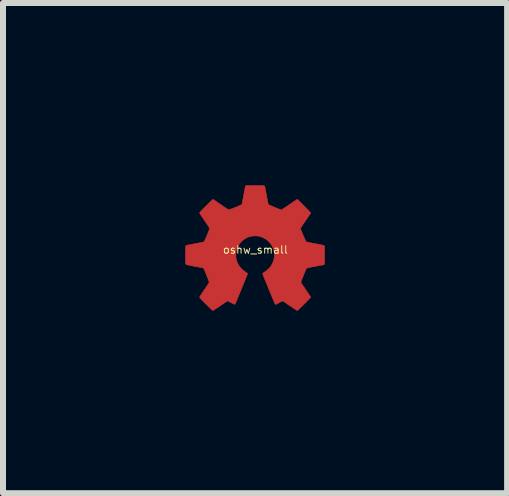
<source format=kicad_pcb>
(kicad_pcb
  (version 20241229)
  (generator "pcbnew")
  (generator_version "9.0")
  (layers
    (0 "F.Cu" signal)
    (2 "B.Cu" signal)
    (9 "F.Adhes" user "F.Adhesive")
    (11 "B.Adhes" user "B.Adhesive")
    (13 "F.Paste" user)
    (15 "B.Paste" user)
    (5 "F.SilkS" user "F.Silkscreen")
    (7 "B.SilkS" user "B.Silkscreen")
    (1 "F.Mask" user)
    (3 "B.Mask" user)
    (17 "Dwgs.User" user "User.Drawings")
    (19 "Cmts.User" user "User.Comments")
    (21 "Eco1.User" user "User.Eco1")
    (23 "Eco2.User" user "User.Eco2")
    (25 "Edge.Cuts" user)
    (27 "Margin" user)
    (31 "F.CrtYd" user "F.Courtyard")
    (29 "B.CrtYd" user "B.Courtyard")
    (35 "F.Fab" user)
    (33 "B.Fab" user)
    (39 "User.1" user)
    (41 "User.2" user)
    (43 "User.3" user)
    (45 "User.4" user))
  (footprint "oshw_small"
    (layer "F.Cu")
    (at 1.207 1.113)
    (property "Reference" "oshw_small" (at 0 0 0) (layer "F.SilkS") (effects (font (size 0.127 0.127) (thickness 0.000001))))
    (attr through_hole)
    (fp_poly (pts (xy 0.034 -1.071) (xy 0.068 -1.07) (xy 0.095 -1.07) (xy 0.116 -1.07) (xy 0.131 -1.069) (xy 0.141 -1.068) (xy 0.148 -1.067) (xy 0.15 -1.066) (xy 0.152 -1.062) (xy 0.154 -1.055) (xy 0.158 -1.042) (xy 0.162 -1.024) (xy 0.167 -1) (xy 0.173 -0.969) (xy 0.18 -0.932) (xy 0.184 -0.91) (xy 0.192 -0.868) (xy 0.199 -0.832) (xy 0.205 -0.804) (xy 0.209 -0.782) (xy 0.213 -0.766) (xy 0.216 -0.757) (xy 0.218 -0.753) (xy 0.223 -0.75) (xy 0.234 -0.745) (xy 0.251 -0.738) (xy 0.271 -0.729) (xy 0.293 -0.719) (xy 0.317 -0.709) (xy 0.342 -0.699) (xy 0.366 -0.689) (xy 0.388 -0.681) (xy 0.406 -0.673) (xy 0.421 -0.668) (xy 0.43 -0.665) (xy 0.433 -0.664) (xy 0.437 -0.666) (xy 0.447 -0.673) (xy 0.462 -0.682) (xy 0.481 -0.695) (xy 0.504 -0.71) (xy 0.53 -0.727) (xy 0.558 -0.746) (xy 0.566 -0.752) (xy 0.595 -0.771) (xy 0.621 -0.789) (xy 0.644 -0.805) (xy 0.665 -0.819) (xy 0.681 -0.829) (xy 0.692 -0.836) (xy 0.698 -0.84) (xy 0.698 -0.84) (xy 0.702 -0.837) (xy 0.711 -0.83) (xy 0.723 -0.818) (xy 0.739 -0.803) (xy 0.757 -0.785) (xy 0.777 -0.765) (xy 0.798 -0.744) (xy 0.82 -0.722) (xy 0.841 -0.7) (xy 0.861 -0.679) (xy 0.879 -0.66) (xy 0.895 -0.643) (xy 0.908 -0.63) (xy 0.917 -0.619) (xy 0.921 -0.614) (xy 0.921 -0.613) (xy 0.919 -0.609) (xy 0.912 -0.599) (xy 0.902 -0.584) (xy 0.889 -0.564) (xy 0.874 -0.542) (xy 0.856 -0.516) (xy 0.838 -0.489) (xy 0.835 -0.485) (xy 0.816 -0.457) (xy 0.798 -0.431) (xy 0.783 -0.408) (xy 0.77 -0.388) (xy 0.76 -0.372) (xy 0.753 -0.36) (xy 0.75 -0.355) (xy 0.75 -0.354) (xy 0.752 -0.349) (xy 0.756 -0.337) (xy 0.763 -0.32) (xy 0.771 -0.3) (xy 0.78 -0.277) (xy 0.791 -0.252) (xy 0.801 -0.228) (xy 0.812 -0.204) (xy 0.822 -0.181) (xy 0.83 -0.162) (xy 0.837 -0.148) (xy 0.842 -0.138) (xy 0.844 -0.135) (xy 0.848 -0.133) (xy 0.855 -0.131) (xy 0.866 -0.127) (xy 0.882 -0.124) (xy 0.904 -0.119) (xy 0.931 -0.114) (xy 0.965 -0.107) (xy 0.997 -0.101) (xy 1.037 -0.094) (xy 1.071 -0.087) (xy 1.097 -0.082) (xy 1.118 -0.077) (xy 1.132 -0.074) (xy 1.142 -0.071) (xy 1.147 -0.068) (xy 1.148 -0.068) (xy 1.149 -0.064) (xy 1.15 -0.056) (xy 1.151 -0.044) (xy 1.152 -0.027) (xy 1.152 -0.004) (xy 1.153 0.025) (xy 1.153 0.062) (xy 1.153 0.088) (xy 1.153 0.127) (xy 1.153 0.159) (xy 1.152 0.184) (xy 1.152 0.203) (xy 1.151 0.218) (xy 1.151 0.229) (xy 1.15 0.236) (xy 1.149 0.241) (xy 1.147 0.244) (xy 1.147 0.244) (xy 1.141 0.249) (xy 1.138 0.25) (xy 1.134 0.251) (xy 1.123 0.253) (xy 1.106 0.256) (xy 1.084 0.26) (xy 1.058 0.265) (xy 1.028 0.27) (xy 0.997 0.276) (xy 0.956 0.284) (xy 0.922 0.29) (xy 0.895 0.296) (xy 0.875 0.3) (xy 0.861 0.304) (xy 0.853 0.307) (xy 0.851 0.308) (xy 0.848 0.313) (xy 0.843 0.325) (xy 0.836 0.341) (xy 0.827 0.362) (xy 0.818 0.385) (xy 0.807 0.41) (xy 0.797 0.436) (xy 0.787 0.461) (xy 0.778 0.484) (xy 0.77 0.505) (xy 0.764 0.522) (xy 0.76 0.535) (xy 0.758 0.541) (xy 0.758 0.541) (xy 0.76 0.545) (xy 0.766 0.556) (xy 0.776 0.571) (xy 0.788 0.591) (xy 0.804 0.613) (xy 0.821 0.639) (xy 0.839 0.666) (xy 0.857 0.693) (xy 0.874 0.718) (xy 0.89 0.741) (xy 0.902 0.76) (xy 0.912 0.775) (xy 0.919 0.785) (xy 0.921 0.789) (xy 0.919 0.794) (xy 0.911 0.803) (xy 0.898 0.817) (xy 0.881 0.836) (xy 0.859 0.858) (xy 0.833 0.884) (xy 0.813 0.904) (xy 0.785 0.932) (xy 0.762 0.955) (xy 0.743 0.973) (xy 0.729 0.987) (xy 0.717 0.998) (xy 0.709 1.005) (xy 0.703 1.009) (xy 0.698 1.011) (xy 0.695 1.011) (xy 0.695 1.011) (xy 0.69 1.009) (xy 0.679 1.002) (xy 0.663 0.992) (xy 0.643 0.979) (xy 0.621 0.964) (xy 0.596 0.947) (xy 0.577 0.934) (xy 0.55 0.916) (xy 0.526 0.9) (xy 0.504 0.885) (xy 0.486 0.872) (xy 0.472 0.863) (xy 0.463 0.857) (xy 0.46 0.855) (xy 0.457 0.854) (xy 0.453 0.854) (xy 0.447 0.856) (xy 0.438 0.86) (xy 0.425 0.866) (xy 0.408 0.874) (xy 0.386 0.886) (xy 0.361 0.9) (xy 0.348 0.906) (xy 0.34 0.909) (xy 0.335 0.909) (xy 0.331 0.907) (xy 0.331 0.907) (xy 0.328 0.902) (xy 0.323 0.891) (xy 0.316 0.874) (xy 0.306 0.852) (xy 0.295 0.825) (xy 0.282 0.795) (xy 0.268 0.762) (xy 0.254 0.727) (xy 0.238 0.691) (xy 0.223 0.654) (xy 0.208 0.616) (xy 0.193 0.58) (xy 0.178 0.544) (xy 0.165 0.511) (xy 0.153 0.481) (xy 0.142 0.455) (xy 0.133 0.433) (xy 0.127 0.415) (xy 0.123 0.404) (xy 0.121 0.399) (xy 0.125 0.392) (xy 0.135 0.383) (xy 0.144 0.378) (xy 0.189 0.346) (xy 0.227 0.311) (xy 0.259 0.272) (xy 0.284 0.23) (xy 0.302 0.184) (xy 0.313 0.136) (xy 0.315 0.109) (xy 0.315 0.058) (xy 0.307 0.01) (xy 0.292 -0.036) (xy 0.27 -0.078) (xy 0.242 -0.117) (xy 0.208 -0.151) (xy 0.168 -0.181) (xy 0.135 -0.199) (xy 0.098 -0.215) (xy 0.063 -0.225) (xy 0.027 -0.231) (xy -0.01 -0.232) (xy -0.06 -0.227) (xy -0.107 -0.216) (xy -0.152 -0.197) (xy -0.193 -0.172) (xy -0.23 -0.141) (xy -0.262 -0.105) (xy -0.288 -0.063) (xy -0.297 -0.046) (xy -0.309 -0.019) (xy -0.317 0.007) (xy -0.322 0.032) (xy -0.325 0.06) (xy -0.326 0.092) (xy -0.325 0.115) (xy -0.324 0.133) (xy -0.322 0.148) (xy -0.319 0.163) (xy -0.315 0.177) (xy -0.299 0.22) (xy -0.279 0.259) (xy -0.253 0.294) (xy -0.221 0.327) (xy -0.183 0.358) (xy -0.167 0.369) (xy -0.153 0.379) (xy -0.141 0.388) (xy -0.134 0.394) (xy -0.131 0.397) (xy -0.132 0.401) (xy -0.136 0.412) (xy -0.142 0.429) (xy -0.15 0.45) (xy -0.16 0.474) (xy -0.171 0.502) (xy -0.18 0.522) (xy -0.194 0.557) (xy -0.211 0.597) (xy -0.228 0.64) (xy -0.246 0.684) (xy -0.264 0.726) (xy -0.28 0.765) (xy -0.284 0.775) (xy -0.3 0.814) (xy -0.314 0.847) (xy -0.325 0.873) (xy -0.334 0.892) (xy -0.341 0.904) (xy -0.344 0.909) (xy -0.345 0.909) (xy -0.35 0.908) (xy -0.362 0.903) (xy -0.378 0.895) (xy -0.399 0.885) (xy -0.406 0.881) (xy -0.425 0.871) (xy -0.441 0.863) (xy -0.454 0.856) (xy -0.462 0.853) (xy -0.464 0.852) (xy -0.468 0.854) (xy -0.477 0.86) (xy -0.492 0.87) (xy -0.511 0.882) (xy -0.533 0.897) (xy -0.558 0.914) (xy -0.584 0.932) (xy -0.611 0.95) (xy -0.637 0.967) (xy -0.659 0.982) (xy -0.679 0.995) (xy -0.694 1.004) (xy -0.704 1.01) (xy -0.709 1.012) (xy -0.714 1.009) (xy -0.725 1.001) (xy -0.741 0.986) (xy -0.762 0.966) (xy -0.788 0.941) (xy -0.82 0.909) (xy -0.824 0.906) (xy -0.855 0.874) (xy -0.881 0.848) (xy -0.901 0.826) (xy -0.916 0.809) (xy -0.926 0.798) (xy -0.93 0.792) (xy -0.93 0.791) (xy -0.928 0.786) (xy -0.922 0.776) (xy -0.912 0.76) (xy -0.9 0.741) (xy -0.885 0.718) (xy -0.868 0.692) (xy -0.85 0.666) (xy -0.83 0.636) (xy -0.811 0.609) (xy -0.796 0.586) (xy -0.784 0.567) (xy -0.775 0.552) (xy -0.771 0.543) (xy -0.77 0.541) (xy -0.771 0.534) (xy -0.775 0.522) (xy -0.782 0.505) (xy -0.789 0.484) (xy -0.799 0.46) (xy -0.809 0.435) (xy -0.819 0.409) (xy -0.829 0.384) (xy -0.839 0.361) (xy -0.847 0.34) (xy -0.855 0.324) (xy -0.86 0.313) (xy -0.863 0.308) (xy -0.868 0.306) (xy -0.878 0.302) (xy -0.894 0.298) (xy -0.917 0.294) (xy -0.946 0.288) (xy -0.983 0.281) (xy -1.01 0.276) (xy -1.048 0.269) (xy -1.078 0.263) (xy -1.103 0.258) (xy -1.122 0.254) (xy -1.136 0.251) (xy -1.146 0.248) (xy -1.152 0.245) (xy -1.156 0.243) (xy -1.158 0.242) (xy -1.159 0.239) (xy -1.161 0.235) (xy -1.162 0.23) (xy -1.163 0.221) (xy -1.164 0.209) (xy -1.164 0.193) (xy -1.164 0.172) (xy -1.164 0.145) (xy -1.164 0.112) (xy -1.164 0.086) (xy -1.164 0.046) (xy -1.164 0.013) (xy -1.164 -0.014) (xy -1.163 -0.035) (xy -1.163 -0.05) (xy -1.162 -0.06) (xy -1.16 -0.066) (xy -1.16 -0.067) (xy -1.156 -0.07) (xy -1.148 -0.072) (xy -1.134 -0.076) (xy -1.115 -0.08) (xy -1.09 -0.085) (xy -1.058 -0.091) (xy -1.019 -0.099) (xy -1.014 -0.1) (xy -0.981 -0.106) (xy -0.951 -0.112) (xy -0.924 -0.117) (xy -0.9 -0.121) (xy -0.882 -0.125) (xy -0.869 -0.128) (xy -0.863 -0.13) (xy -0.86 -0.132) (xy -0.856 -0.135) (xy -0.852 -0.142) (xy -0.846 -0.151) (xy -0.84 -0.165) (xy -0.831 -0.184) (xy -0.82 -0.209) (xy -0.807 -0.239) (xy -0.796 -0.266) (xy -0.785 -0.292) (xy -0.776 -0.314) (xy -0.769 -0.332) (xy -0.764 -0.346) (xy -0.762 -0.353) (xy -0.762 -0.354) (xy -0.764 -0.36) (xy -0.771 -0.372) (xy -0.782 -0.389) (xy -0.796 -0.412) (xy -0.815 -0.44) (xy -0.837 -0.472) (xy -0.845 -0.484) (xy -0.864 -0.511) (xy -0.881 -0.537) (xy -0.896 -0.56) (xy -0.909 -0.58) (xy -0.92 -0.596) (xy -0.926 -0.608) (xy -0.929 -0.613) (xy -0.929 -0.614) (xy -0.929 -0.617) (xy -0.927 -0.621) (xy -0.923 -0.627) (xy -0.916 -0.635) (xy -0.906 -0.646) (xy -0.892 -0.661) (xy -0.874 -0.679) (xy -0.852 -0.701) (xy -0.825 -0.729) (xy -0.821 -0.732) (xy -0.789 -0.764) (xy -0.763 -0.79) (xy -0.741 -0.81) (xy -0.725 -0.825) (xy -0.714 -0.835) (xy -0.707 -0.839) (xy -0.706 -0.839) (xy -0.701 -0.836) (xy -0.691 -0.83) (xy -0.676 -0.82) (xy -0.657 -0.807) (xy -0.634 -0.791) (xy -0.609 -0.774) (xy -0.581 -0.755) (xy -0.575 -0.751) (xy -0.547 -0.731) (xy -0.521 -0.714) (xy -0.497 -0.698) (xy -0.477 -0.685) (xy -0.461 -0.674) (xy -0.45 -0.668) (xy -0.444 -0.664) (xy -0.443 -0.664) (xy -0.438 -0.666) (xy -0.427 -0.67) (xy -0.411 -0.676) (xy -0.39 -0.684) (xy -0.367 -0.693) (xy -0.351 -0.7) (xy -0.318 -0.713) (xy -0.291 -0.724) (xy -0.27 -0.733) (xy -0.254 -0.74) (xy -0.243 -0.745) (xy -0.235 -0.748) (xy -0.23 -0.751) (xy -0.227 -0.753) (xy -0.226 -0.755) (xy -0.225 -0.757) (xy -0.225 -0.757) (xy -0.224 -0.762) (xy -0.221 -0.774) (xy -0.218 -0.791) (xy -0.214 -0.813) (xy -0.209 -0.838) (xy -0.203 -0.865) (xy -0.198 -0.895) (xy -0.192 -0.924) (xy -0.187 -0.953) (xy -0.182 -0.98) (xy -0.177 -1.005) (xy -0.173 -1.026) (xy -0.17 -1.042) (xy -0.169 -1.052) (xy -0.168 -1.056) (xy -0.166 -1.06) (xy -0.162 -1.065) (xy -0.16 -1.066) (xy -0.155 -1.067) (xy -0.149 -1.068) (xy -0.139 -1.069) (xy -0.125 -1.07) (xy -0.107 -1.07) (xy -0.083 -1.071) (xy -0.053 -1.071) (xy -0.016 -1.071) (xy -0.006 -1.071) (xy 0.034 -1.071)) (stroke (width 0.01) (type solid)) (fill yes) (layer "F.Cu"))
    (fp_poly (pts (xy 0.038 -1.108) (xy 0.071 -1.108) (xy 0.097 -1.108) (xy 0.118 -1.107) (xy 0.134 -1.107) (xy 0.146 -1.106) (xy 0.155 -1.106) (xy 0.161 -1.104) (xy 0.165 -1.103) (xy 0.168 -1.101) (xy 0.171 -1.1) (xy 0.18 -1.09) (xy 0.188 -1.079) (xy 0.188 -1.078) (xy 0.19 -1.071) (xy 0.194 -1.058) (xy 0.198 -1.038) (xy 0.203 -1.014) (xy 0.209 -0.986) (xy 0.215 -0.955) (xy 0.221 -0.922) (xy 0.221 -0.922) (xy 0.247 -0.78) (xy 0.337 -0.743) (xy 0.362 -0.733) (xy 0.386 -0.724) (xy 0.405 -0.717) (xy 0.42 -0.712) (xy 0.43 -0.709) (xy 0.432 -0.709) (xy 0.437 -0.712) (xy 0.447 -0.718) (xy 0.462 -0.728) (xy 0.481 -0.741) (xy 0.504 -0.757) (xy 0.529 -0.774) (xy 0.555 -0.792) (xy 0.583 -0.81) (xy 0.608 -0.828) (xy 0.632 -0.843) (xy 0.652 -0.856) (xy 0.668 -0.866) (xy 0.679 -0.873) (xy 0.685 -0.876) (xy 0.692 -0.877) (xy 0.699 -0.878) (xy 0.706 -0.878) (xy 0.714 -0.875) (xy 0.722 -0.87) (xy 0.733 -0.862) (xy 0.746 -0.851) (xy 0.763 -0.836) (xy 0.782 -0.817) (xy 0.806 -0.793) (xy 0.835 -0.764) (xy 0.841 -0.759) (xy 0.87 -0.729) (xy 0.895 -0.704) (xy 0.915 -0.684) (xy 0.93 -0.667) (xy 0.942 -0.653) (xy 0.951 -0.642) (xy 0.956 -0.633) (xy 0.959 -0.625) (xy 0.96 -0.618) (xy 0.96 -0.611) (xy 0.958 -0.604) (xy 0.958 -0.603) (xy 0.955 -0.597) (xy 0.948 -0.585) (xy 0.937 -0.569) (xy 0.924 -0.548) (xy 0.909 -0.525) (xy 0.891 -0.499) (xy 0.874 -0.473) (xy 0.855 -0.446) (xy 0.838 -0.421) (xy 0.823 -0.399) (xy 0.811 -0.38) (xy 0.801 -0.365) (xy 0.795 -0.355) (xy 0.793 -0.351) (xy 0.795 -0.346) (xy 0.799 -0.335) (xy 0.805 -0.32) (xy 0.813 -0.3) (xy 0.822 -0.279) (xy 0.831 -0.257) (xy 0.841 -0.234) (xy 0.85 -0.213) (xy 0.858 -0.195) (xy 0.865 -0.18) (xy 0.87 -0.17) (xy 0.872 -0.166) (xy 0.876 -0.165) (xy 0.887 -0.162) (xy 0.905 -0.159) (xy 0.927 -0.154) (xy 0.953 -0.149) (xy 0.983 -0.143) (xy 1.015 -0.137) (xy 1.016 -0.137) (xy 1.051 -0.13) (xy 1.083 -0.124) (xy 1.111 -0.118) (xy 1.134 -0.113) (xy 1.152 -0.109) (xy 1.163 -0.105) (xy 1.167 -0.104) (xy 1.172 -0.1) (xy 1.177 -0.097) (xy 1.18 -0.092) (xy 1.183 -0.087) (xy 1.186 -0.079) (xy 1.187 -0.068) (xy 1.188 -0.054) (xy 1.189 -0.035) (xy 1.19 -0.012) (xy 1.19 0.018) (xy 1.19 0.054) (xy 1.19 0.084) (xy 1.19 0.126) (xy 1.19 0.161) (xy 1.189 0.189) (xy 1.189 0.212) (xy 1.188 0.23) (xy 1.187 0.244) (xy 1.185 0.254) (xy 1.182 0.262) (xy 1.179 0.268) (xy 1.175 0.272) (xy 1.171 0.276) (xy 1.168 0.277) (xy 1.163 0.28) (xy 1.152 0.283) (xy 1.136 0.288) (xy 1.114 0.292) (xy 1.085 0.298) (xy 1.05 0.305) (xy 1.019 0.311) (xy 0.988 0.317) (xy 0.958 0.322) (xy 0.932 0.328) (xy 0.91 0.332) (xy 0.894 0.336) (xy 0.883 0.338) (xy 0.879 0.339) (xy 0.877 0.343) (xy 0.872 0.354) (xy 0.866 0.37) (xy 0.858 0.39) (xy 0.848 0.414) (xy 0.838 0.44) (xy 0.837 0.44) (xy 0.798 0.538) (xy 0.875 0.649) (xy 0.893 0.676) (xy 0.91 0.701) (xy 0.925 0.724) (xy 0.938 0.744) (xy 0.948 0.76) (xy 0.954 0.771) (xy 0.956 0.775) (xy 0.959 0.782) (xy 0.96 0.789) (xy 0.96 0.795) (xy 0.958 0.803) (xy 0.954 0.811) (xy 0.946 0.821) (xy 0.936 0.833) (xy 0.922 0.848) (xy 0.905 0.867) (xy 0.882 0.89) (xy 0.855 0.917) (xy 0.839 0.934) (xy 0.724 1.049) (xy 0.702 1.05) (xy 0.681 1.052) (xy 0.615 1.007) (xy 0.591 0.991) (xy 0.565 0.973) (xy 0.539 0.955) (xy 0.516 0.939) (xy 0.5 0.929) (xy 0.452 0.895) (xy 0.405 0.92) (xy 0.386 0.93) (xy 0.369 0.938) (xy 0.355 0.944) (xy 0.346 0.947) (xy 0.345 0.947) (xy 0.33 0.947) (xy 0.314 0.942) (xy 0.301 0.932) (xy 0.3 0.931) (xy 0.297 0.926) (xy 0.291 0.914) (xy 0.284 0.897) (xy 0.274 0.874) (xy 0.262 0.847) (xy 0.249 0.817) (xy 0.235 0.783) (xy 0.22 0.747) (xy 0.204 0.71) (xy 0.189 0.672) (xy 0.173 0.634) (xy 0.158 0.596) (xy 0.143 0.56) (xy 0.129 0.527) (xy 0.117 0.496) (xy 0.106 0.468) (xy 0.097 0.445) (xy 0.09 0.426) (xy 0.085 0.414) (xy 0.083 0.408) (xy 0.083 0.394) (xy 0.086 0.381) (xy 0.093 0.37) (xy 0.106 0.357) (xy 0.125 0.343) (xy 0.133 0.338) (xy 0.174 0.307) (xy 0.208 0.273) (xy 0.235 0.237) (xy 0.248 0.214) (xy 0.262 0.181) (xy 0.271 0.151) (xy 0.276 0.119) (xy 0.277 0.084) (xy 0.276 0.076) (xy 0.271 0.029) (xy 0.258 -0.015) (xy 0.238 -0.056) (xy 0.212 -0.092) (xy 0.18 -0.125) (xy 0.142 -0.152) (xy 0.115 -0.167) (xy 0.085 -0.179) (xy 0.057 -0.187) (xy 0.027 -0.192) (xy -0.006 -0.193) (xy -0.04 -0.191) (xy -0.069 -0.187) (xy -0.097 -0.179) (xy -0.126 -0.166) (xy -0.131 -0.164) (xy -0.171 -0.14) (xy -0.206 -0.11) (xy -0.236 -0.075) (xy -0.26 -0.034) (xy -0.278 0.011) (xy -0.278 0.012) (xy -0.282 0.026) (xy -0.285 0.039) (xy -0.286 0.054) (xy -0.287 0.072) (xy -0.287 0.092) (xy -0.287 0.114) (xy -0.286 0.13) (xy -0.284 0.144) (xy -0.281 0.156) (xy -0.277 0.17) (xy -0.275 0.177) (xy -0.257 0.217) (xy -0.234 0.254) (xy -0.206 0.288) (xy -0.17 0.319) (xy -0.14 0.341) (xy -0.118 0.357) (xy -0.103 0.371) (xy -0.095 0.385) (xy -0.093 0.4) (xy -0.095 0.417) (xy -0.096 0.418) (xy -0.098 0.423) (xy -0.102 0.435) (xy -0.109 0.453) (xy -0.119 0.475) (xy -0.13 0.502) (xy -0.142 0.532) (xy -0.156 0.566) (xy -0.17 0.601) (xy -0.185 0.637) (xy -0.201 0.675) (xy -0.216 0.712) (xy -0.231 0.748) (xy -0.245 0.782) (xy -0.259 0.815) (xy -0.271 0.844) (xy -0.281 0.869) (xy -0.29 0.89) (xy -0.297 0.906) (xy -0.301 0.915) (xy -0.302 0.917) (xy -0.31 0.931) (xy -0.323 0.94) (xy -0.327 0.942) (xy -0.336 0.946) (xy -0.345 0.948) (xy -0.355 0.947) (xy -0.366 0.944) (xy -0.381 0.938) (xy -0.401 0.928) (xy -0.416 0.92) (xy -0.463 0.895) (xy -0.574 0.972) (xy -0.604 0.993) (xy -0.629 1.009) (xy -0.648 1.022) (xy -0.663 1.032) (xy -0.675 1.039) (xy -0.684 1.044) (xy -0.691 1.047) (xy -0.697 1.049) (xy -0.703 1.05) (xy -0.705 1.05) (xy -0.721 1.05) (xy -0.733 1.046) (xy -0.737 1.044) (xy -0.744 1.038) (xy -0.755 1.028) (xy -0.77 1.014) (xy -0.788 0.997) (xy -0.808 0.977) (xy -0.829 0.956) (xy -0.851 0.933) (xy -0.873 0.91) (xy -0.895 0.888) (xy -0.915 0.867) (xy -0.932 0.848) (xy -0.947 0.832) (xy -0.958 0.82) (xy -0.965 0.811) (xy -0.967 0.808) (xy -0.969 0.8) (xy -0.969 0.793) (xy -0.968 0.785) (xy -0.966 0.776) (xy -0.96 0.765) (xy -0.953 0.751) (xy -0.942 0.734) (xy -0.928 0.712) (xy -0.91 0.686) (xy -0.889 0.654) (xy -0.888 0.653) (xy -0.809 0.539) (xy -0.816 0.52) (xy -0.833 0.478) (xy -0.848 0.441) (xy -0.861 0.409) (xy -0.872 0.382) (xy -0.88 0.362) (xy -0.886 0.348) (xy -0.89 0.34) (xy -0.89 0.339) (xy -0.895 0.338) (xy -0.906 0.335) (xy -0.923 0.332) (xy -0.945 0.327) (xy -0.971 0.322) (xy -1 0.316) (xy -1.029 0.311) (xy -1.066 0.304) (xy -1.099 0.298) (xy -1.127 0.292) (xy -1.149 0.287) (xy -1.165 0.283) (xy -1.175 0.28) (xy -1.176 0.279) (xy -1.182 0.275) (xy -1.187 0.271) (xy -1.191 0.266) (xy -1.194 0.26) (xy -1.197 0.251) (xy -1.199 0.239) (xy -1.2 0.223) (xy -1.201 0.203) (xy -1.201 0.177) (xy -1.202 0.145) (xy -1.202 0.107) (xy -1.202 0.088) (xy -1.202 0.046) (xy -1.201 0.012) (xy -1.201 -0.016) (xy -1.201 -0.038) (xy -1.2 -0.056) (xy -1.198 -0.069) (xy -1.196 -0.08) (xy -1.194 -0.087) (xy -1.19 -0.093) (xy -1.186 -0.097) (xy -1.181 -0.101) (xy -1.179 -0.102) (xy -1.174 -0.105) (xy -1.165 -0.108) (xy -1.152 -0.111) (xy -1.133 -0.116) (xy -1.109 -0.121) (xy -1.078 -0.127) (xy -1.041 -0.134) (xy -1.025 -0.137) (xy -0.993 -0.143) (xy -0.963 -0.149) (xy -0.937 -0.154) (xy -0.914 -0.158) (xy -0.897 -0.161) (xy -0.886 -0.164) (xy -0.881 -0.165) (xy -0.881 -0.165) (xy -0.88 -0.169) (xy -0.875 -0.179) (xy -0.869 -0.194) (xy -0.86 -0.213) (xy -0.851 -0.236) (xy -0.841 -0.259) (xy -0.801 -0.352) (xy -0.881 -0.468) (xy -0.899 -0.495) (xy -0.917 -0.521) (xy -0.932 -0.543) (xy -0.945 -0.563) (xy -0.955 -0.578) (xy -0.962 -0.589) (xy -0.965 -0.594) (xy -0.968 -0.604) (xy -0.968 -0.619) (xy -0.968 -0.622) (xy -0.966 -0.642) (xy -0.851 -0.757) (xy -0.821 -0.787) (xy -0.796 -0.812) (xy -0.776 -0.832) (xy -0.759 -0.847) (xy -0.745 -0.859) (xy -0.734 -0.868) (xy -0.724 -0.874) (xy -0.717 -0.877) (xy -0.71 -0.878) (xy -0.703 -0.877) (xy -0.696 -0.875) (xy -0.692 -0.874) (xy -0.686 -0.87) (xy -0.674 -0.863) (xy -0.657 -0.853) (xy -0.636 -0.839) (xy -0.612 -0.823) (xy -0.587 -0.806) (xy -0.563 -0.79) (xy -0.536 -0.771) (xy -0.511 -0.754) (xy -0.489 -0.739) (xy -0.47 -0.727) (xy -0.456 -0.717) (xy -0.446 -0.711) (xy -0.443 -0.708) (xy -0.438 -0.709) (xy -0.428 -0.713) (xy -0.413 -0.718) (xy -0.394 -0.725) (xy -0.373 -0.733) (xy -0.35 -0.742) (xy -0.328 -0.751) (xy -0.307 -0.759) (xy -0.288 -0.767) (xy -0.273 -0.773) (xy -0.263 -0.777) (xy -0.259 -0.779) (xy -0.258 -0.783) (xy -0.256 -0.794) (xy -0.253 -0.811) (xy -0.249 -0.832) (xy -0.244 -0.859) (xy -0.238 -0.888) (xy -0.232 -0.921) (xy -0.231 -0.928) (xy -0.223 -0.97) (xy -0.216 -1.005) (xy -0.21 -1.033) (xy -0.205 -1.054) (xy -0.201 -1.07) (xy -0.198 -1.081) (xy -0.195 -1.086) (xy -0.192 -1.091) (xy -0.188 -1.096) (xy -0.182 -1.099) (xy -0.176 -1.102) (xy -0.167 -1.104) (xy -0.154 -1.105) (xy -0.138 -1.106) (xy -0.117 -1.107) (xy -0.091 -1.108) (xy -0.059 -1.108) (xy -0.02 -1.108) (xy -0.001 -1.108) (xy 0.038 -1.108)) (stroke (width 0.01) (type solid)) (fill yes) (layer "F.Mask")))
  (gr_rect
    (start -3 -3)
    (end 5.402 5.17)
    (stroke (width 0.1) (type default))
    (fill no)
    (layer "Edge.Cuts")))
</source>
